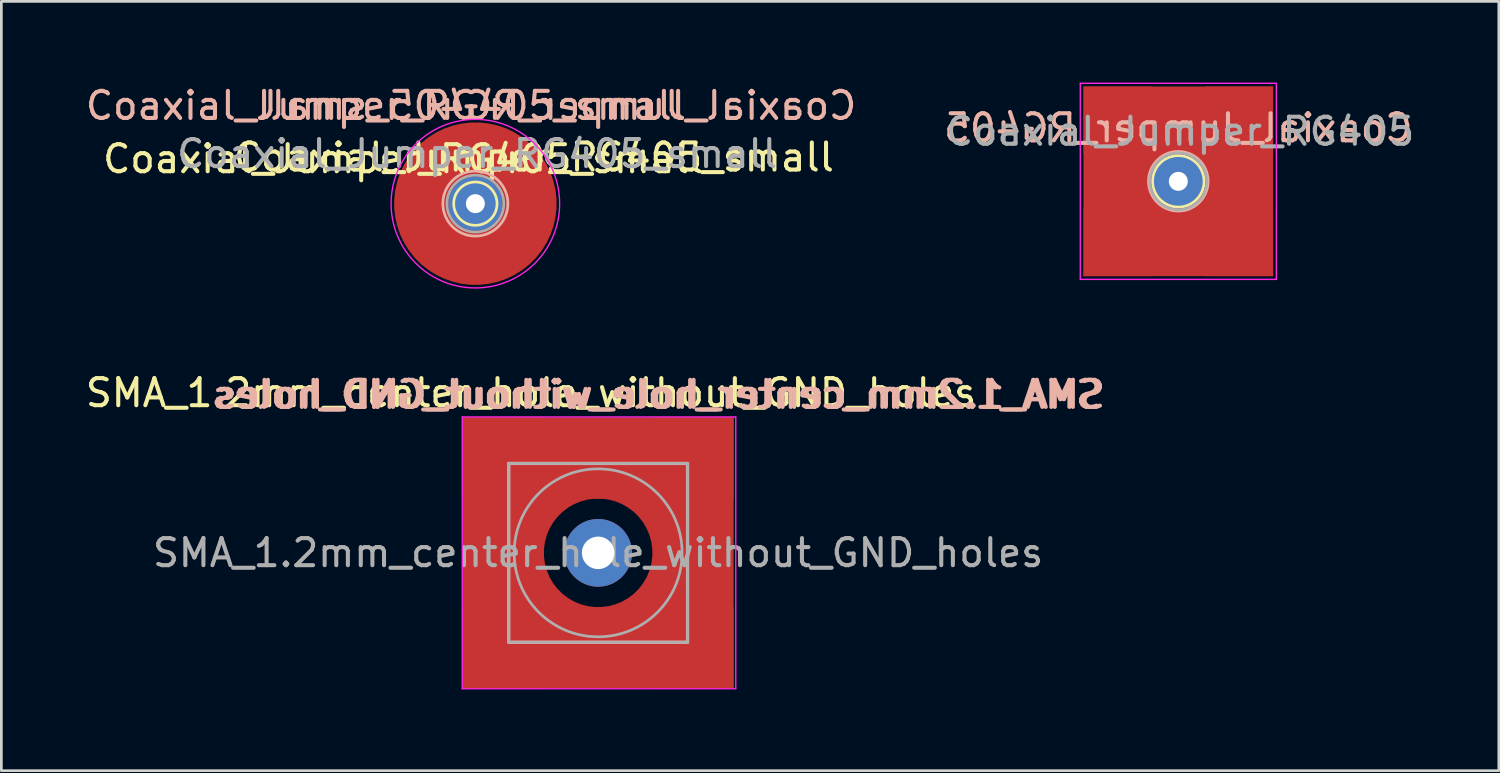
<source format=kicad_pcb>
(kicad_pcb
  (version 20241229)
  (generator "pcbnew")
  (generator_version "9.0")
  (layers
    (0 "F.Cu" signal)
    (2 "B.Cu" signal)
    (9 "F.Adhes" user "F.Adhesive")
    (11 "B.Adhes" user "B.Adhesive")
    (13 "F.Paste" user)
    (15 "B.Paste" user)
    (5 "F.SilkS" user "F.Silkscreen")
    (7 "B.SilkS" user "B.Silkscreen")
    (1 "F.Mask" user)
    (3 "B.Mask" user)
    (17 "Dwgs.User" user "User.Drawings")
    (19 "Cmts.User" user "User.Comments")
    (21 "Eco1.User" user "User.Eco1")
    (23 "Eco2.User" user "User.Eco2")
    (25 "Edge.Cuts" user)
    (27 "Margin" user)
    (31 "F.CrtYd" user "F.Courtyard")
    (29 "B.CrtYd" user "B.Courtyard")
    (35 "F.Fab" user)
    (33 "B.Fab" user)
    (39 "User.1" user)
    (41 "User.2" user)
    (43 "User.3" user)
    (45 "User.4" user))
  (footprint "Coaxial_Jumper_RG405"
    (layer "F.Cu")
    (at 40.447 3.644)
    (property "Reference" "Coaxial_Jumper_RG405" (at 0 -1.968 0) (layer "B.SilkS") (effects (font (size 1 1) (thickness 0.15)) (justify mirror)))
    (attr through_hole)
    (fp_circle (center 0 0) (end 1.25 0) (stroke (width 0.5) (type solid)) (fill no) (layer "F.Cu"))
    (fp_circle (center 0 0) (end 2 0) (stroke (width 2) (type solid)) (fill no) (layer "F.Mask"))
    (fp_circle (center 0 0) (end 0.95 0) (stroke (width 0.1) (type solid)) (fill no) (layer "F.SilkS"))
    (fp_circle (center 0 -0.003) (end 1.1 -0.003) (stroke (width 0.1) (type solid)) (fill no) (layer "B.SilkS"))
    (fp_line (start -3.619 -3.619) (end -3.619 3.619) (stroke (width 0.05) (type solid)) (layer "F.CrtYd"))
    (fp_line (start -3.619 -3.619) (end 3.619 -3.619) (stroke (width 0.05) (type solid)) (layer "F.CrtYd"))
    (fp_line (start 3.619 3.619) (end -3.619 3.619) (stroke (width 0.05) (type solid)) (layer "F.CrtYd"))
    (fp_line (start 3.619 3.619) (end 3.619 -3.619) (stroke (width 0.05) (type solid)) (layer "F.CrtYd"))
    (fp_circle (center 0 0) (end 1.05 0) (stroke (width 0.1) (type solid)) (fill no) (layer "F.Fab"))
    (fp_text user "${REFERENCE}" (at 0.064 -1.841 0) (layer "F.Fab") (effects (font (size 1 1) (thickness 0.15))))
    (pad "1" thru_hole circle (at 0 0) (size 2 2) (drill 0.7) (layers "B.Cu" "B.Mask"))
    (pad "2" smd rect (at -2.25 0 90) (size 7 2.5) (layers "F.Cu" "F.Mask"))
    (pad "2" smd rect (at 0 -2.25) (size 7 2.5) (layers "F.Cu" "F.Mask"))
    (pad "2" smd rect (at 0 2.25) (size 7 2.5) (layers "F.Cu" "F.Mask"))
    (pad "2" smd rect (at 2.25 0 90) (size 7 2.5) (layers "F.Cu" "F.Mask")))
  (footprint "SMA_1.2mm_center_hole_without_GND_holes"
    (layer "F.Cu")
    (at 19.03 17.358)
    (property "Reference" "SMA_1.2mm_center_hole_without_GND_holes" (at 2.286 -5.842 0) (layer "B.SilkS") (effects (font (size 1 1) (thickness 0.15)) (justify mirror)))
    (property "Value" "SMA_1.2mm_center_hole_without_GND_holes" (at 0 5 0) (layer "F.Fab") (hide yes) (effects (font (size 1 1) (thickness 0.15))))
    (attr through_hole)
    (fp_circle (center -0.015 0) (end 2.985 0) (stroke (width 2) (type solid)) (fill no) (layer "F.Mask"))
    (fp_line (start -3.3 -3.3) (end -3.3 3.3) (stroke (width 0.12) (type solid)) (layer "B.SilkS"))
    (fp_line (start -3.3 -3.3) (end 3.3 -3.3) (stroke (width 0.12) (type solid)) (layer "B.SilkS"))
    (fp_line (start -3.3 3.3) (end 3.3 3.3) (stroke (width 0.12) (type solid)) (layer "B.SilkS"))
    (fp_line (start 3.3 -3.3) (end 3.3 3.3) (stroke (width 0.12) (type solid)) (layer "B.SilkS"))
    (fp_line (start -5.016 -5.016) (end -5.016 5.016) (stroke (width 0.05) (type solid)) (layer "F.CrtYd"))
    (fp_line (start -5.016 -5.016) (end 5.08 -5.016) (stroke (width 0.05) (type solid)) (layer "F.CrtYd"))
    (fp_line (start 5.08 5.016) (end -5.016 5.016) (stroke (width 0.05) (type solid)) (layer "F.CrtYd"))
    (fp_line (start 5.08 5.016) (end 5.08 -5.016) (stroke (width 0.05) (type solid)) (layer "F.CrtYd"))
    (fp_line (start -3.3 -3.3) (end -3.3 3.3) (stroke (width 0.1) (type solid)) (layer "F.Fab"))
    (fp_line (start -3.3 -3.3) (end 3.3 -3.3) (stroke (width 0.1) (type solid)) (layer "F.Fab"))
    (fp_line (start -3.3 3.3) (end 3.3 3.3) (stroke (width 0.1) (type solid)) (layer "F.Fab"))
    (fp_line (start 3.3 -3.3) (end 3.3 3.3) (stroke (width 0.1) (type solid)) (layer "F.Fab"))
    (fp_circle (center 0 0) (end 3.1 0) (stroke (width 0.1) (type solid)) (fill no) (layer "F.Fab"))
    (fp_text user "${VALUE}" (at -2.477 -5.905 0) (layer "F.SilkS") (effects (font (size 1 1) (thickness 0.15))))
    (fp_text user "${VALUE}" (at 2.159 -5.842 0) (layer "B.SilkS") (effects (font (size 1 1) (thickness 0.15)) (justify mirror)))
    (fp_text user "${REFERENCE}" (at 0 0 0) (layer "F.Fab") (effects (font (size 1 1) (thickness 0.15))))
    (pad "1" thru_hole circle (at 0 0) (size 2.5 2.5) (drill 1.2) (layers "B.Cu" "B.Mask"))
    (pad "2" smd rect (at -3.5 0 90) (size 10 3) (layers "F.Cu" "F.Mask"))
    (pad "2" smd rect (at 0 -3.5) (size 10 3) (layers "F.Cu" "F.Mask"))
    (pad "2" smd rect (at 0 3.5) (size 10 3) (layers "F.Cu" "F.Mask"))
    (pad "2" smd custom (at 3.5 0 90) (size 10 3) (layers "F.Cu" "F.Mask") (options (anchor rect)) (primitives (gr_circle (center 0 -3.5) (end 2.5 -3.5) (width 1) (fill no)))))
  (footprint "Coaxial_Jumper_RG405_small"
    (layer "F.Cu")
    (at 14.498 4.468)
    (property "Reference" "Coaxial_Jumper_RG405_small" (at 2.985 -3.619 0) (layer "B.SilkS") (effects (font (size 1 1) (thickness 0.15)) (justify mirror)))
    (property "Value" "Coaxial_Jumper_RG405_small" (at 0 5 0) (layer "F.Fab") (hide yes) (effects (font (size 1 1) (thickness 0.15))))
    (attr through_hole)
    (fp_circle (center 0 0) (end 2 0) (stroke (width 2) (type solid)) (fill no) (layer "F.Mask"))
    (fp_circle (center 0 0) (end 0.8 0) (stroke (width 0.1) (type solid)) (fill no) (layer "F.SilkS"))
    (fp_circle (center 0 -0.003) (end 1.2 -0.003) (stroke (width 0.1) (type solid)) (fill no) (layer "B.SilkS"))
    (fp_circle (center 0 0) (end 3.111 0) (stroke (width 0.05) (type solid)) (fill no) (layer "F.CrtYd"))
    (fp_circle (center 0 0) (end 1.05 0) (stroke (width 0.1) (type solid)) (fill no) (layer "F.Fab"))
    (fp_text user "${VALUE}" (at 2.159 -1.714 0) (layer "F.SilkS") (effects (font (size 1 1) (thickness 0.15))))
    (fp_text user "${REFERENCE}" (at -2.667 -1.651 0) (layer "F.SilkS") (effects (font (size 1 1) (thickness 0.15))))
    (fp_text user "${VALUE}" (at -3.302 -3.619 0) (layer "B.SilkS") (effects (font (size 1 1) (thickness 0.15))))
    (fp_text user "${REFERENCE}" (at 0.064 -1.841 0) (layer "F.Fab") (effects (font (size 1 1) (thickness 0.15))))
    (pad "1" thru_hole circle (at 0 0) (size 2 2) (drill 0.7) (layers "B.Cu" "B.Mask"))
    (pad "2" smd custom (at 1.5 1.5) (size 1.524 1.524) (layers "F.Cu" "F.Mask") (options (anchor circle)) (primitives (gr_circle (center -1.5 -1.5) (end 0.5 -1.5) (width 2) (fill no)))))
  (gr_rect
    (start -3 -3)
    (end 52.279 25.399)
    (stroke (width 0.1) (type default))
    (fill no)
    (layer "Edge.Cuts")))
</source>
